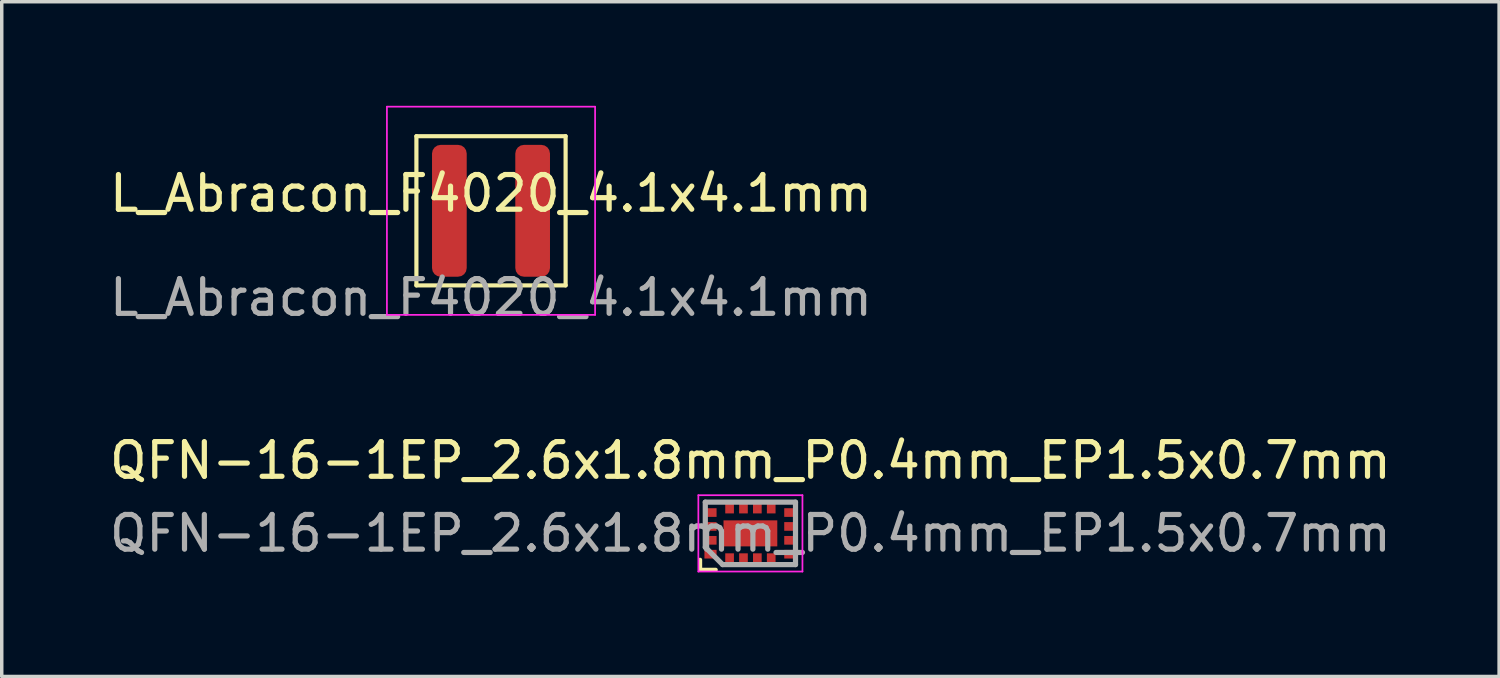
<source format=kicad_pcb>
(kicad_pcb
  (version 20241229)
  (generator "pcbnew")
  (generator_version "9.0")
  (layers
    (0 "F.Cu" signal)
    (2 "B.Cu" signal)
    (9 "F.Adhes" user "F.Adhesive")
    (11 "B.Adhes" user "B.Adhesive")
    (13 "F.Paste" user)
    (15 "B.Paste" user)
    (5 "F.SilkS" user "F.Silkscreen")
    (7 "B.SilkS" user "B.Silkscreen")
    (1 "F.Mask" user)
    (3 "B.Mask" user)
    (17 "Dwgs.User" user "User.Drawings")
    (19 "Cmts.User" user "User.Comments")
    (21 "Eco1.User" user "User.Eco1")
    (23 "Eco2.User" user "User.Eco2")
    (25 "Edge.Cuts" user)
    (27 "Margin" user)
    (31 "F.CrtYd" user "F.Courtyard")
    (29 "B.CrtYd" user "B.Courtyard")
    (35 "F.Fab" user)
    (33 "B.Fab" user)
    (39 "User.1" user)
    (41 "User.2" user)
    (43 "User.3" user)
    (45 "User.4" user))
  (footprint "QFN-16-1EP_2.6x1.8mm_P0.4mm_EP1.5x0.7mm"
    (layer "F.Cu")
    (at 18.577 12.322)
    (property "Reference" "QFN-16-1EP_2.6x1.8mm_P0.4mm_EP1.5x0.7mm" (at 0 -2.1 0) (layer "F.SilkS") (effects (font (size 1 1) (thickness 0.15))))
    (attr smd)
    (fp_line (start -1.45 1.05) (end -1.45 0.762) (stroke (width 0.12) (type solid)) (layer "F.SilkS"))
    (fp_line (start -1 1.05) (end -1.45 1.05) (stroke (width 0.12) (type solid)) (layer "F.SilkS"))
    (fp_line (start -1.5 -1.1) (end 1.5 -1.1) (stroke (width 0.05) (type solid)) (layer "F.CrtYd"))
    (fp_line (start -1.5 1.1) (end -1.5 -1.1) (stroke (width 0.05) (type solid)) (layer "F.CrtYd"))
    (fp_line (start 1.5 -1.1) (end 1.5 1.1) (stroke (width 0.05) (type solid)) (layer "F.CrtYd"))
    (fp_line (start 1.5 1.1) (end -1.5 1.1) (stroke (width 0.05) (type solid)) (layer "F.CrtYd"))
    (fp_line (start -1.3 -0.9) (end -1.3 0.4) (stroke (width 0.15) (type solid)) (layer "F.Fab"))
    (fp_line (start -1.3 0.4) (end -0.8 0.9) (stroke (width 0.15) (type solid)) (layer "F.Fab"))
    (fp_line (start -0.8 0.9) (end 1.3 0.9) (stroke (width 0.15) (type solid)) (layer "F.Fab"))
    (fp_line (start 1.3 -0.9) (end -1.3 -0.9) (stroke (width 0.15) (type solid)) (layer "F.Fab"))
    (fp_line (start 1.3 0.9) (end 1.3 -0.9) (stroke (width 0.15) (type solid)) (layer "F.Fab"))
    (fp_text user "${REFERENCE}" (at 0 0 0) (layer "F.Fab") (effects (font (size 1 1) (thickness 0.15))))
    (pad "1" smd rect (at -0.6 0.75) (size 0.25 0.35) (layers "F.Cu" "F.Mask" "F.Paste"))
    (pad "2" smd rect (at -0.2 0.75) (size 0.25 0.35) (layers "F.Cu" "F.Mask" "F.Paste"))
    (pad "3" smd rect (at 0.2 0.75) (size 0.25 0.35) (layers "F.Cu" "F.Mask" "F.Paste"))
    (pad "4" smd rect (at 0.6 0.75) (size 0.25 0.35) (layers "F.Cu" "F.Mask" "F.Paste"))
    (pad "5" smd rect (at 1.15 0.6 90) (size 0.25 0.35) (layers "F.Cu" "F.Mask" "F.Paste"))
    (pad "6" smd rect (at 1.15 0.2 90) (size 0.25 0.35) (layers "F.Cu" "F.Mask" "F.Paste"))
    (pad "7" smd rect (at 1.15 -0.2 90) (size 0.25 0.35) (layers "F.Cu" "F.Mask" "F.Paste"))
    (pad "8" smd rect (at 1.15 -0.6 90) (size 0.25 0.35) (layers "F.Cu" "F.Mask" "F.Paste"))
    (pad "9" smd rect (at 0.6 -0.75) (size 0.25 0.35) (layers "F.Cu" "F.Mask" "F.Paste"))
    (pad "10" smd rect (at 0.2 -0.75) (size 0.25 0.35) (layers "F.Cu" "F.Mask" "F.Paste"))
    (pad "11" smd rect (at -0.2 -0.75) (size 0.25 0.35) (layers "F.Cu" "F.Mask" "F.Paste"))
    (pad "12" smd rect (at -0.6 -0.75) (size 0.25 0.35) (layers "F.Cu" "F.Mask" "F.Paste"))
    (pad "13" smd rect (at -1.15 -0.6 90) (size 0.25 0.35) (layers "F.Cu" "F.Mask" "F.Paste"))
    (pad "14" smd rect (at -1.15 -0.2 90) (size 0.25 0.35) (layers "F.Cu" "F.Mask" "F.Paste"))
    (pad "15" smd rect (at -1.15 0.2 90) (size 0.25 0.35) (layers "F.Cu" "F.Mask" "F.Paste"))
    (pad "16" smd rect (at -1.15 0.6 90) (size 0.25 0.35) (layers "F.Cu" "F.Mask" "F.Paste"))
    (pad "17" smd rect (at 0 0) (size 1.55 0.75) (layers "F.Cu" "F.Mask" "F.Paste")))
  (footprint "L_Abracon_F4020_4.1x4.1mm"
    (layer "F.Cu")
    (at 11.101 3.025)
    (property "Reference" "L_Abracon_F4020_4.1x4.1mm" (at 0 -0.5 0) (unlocked yes) (layer "F.SilkS") (effects (font (size 1 1) (thickness 0.15))))
    (attr smd)
    (fp_line (start -2.15 -2.15) (end 2.15 -2.15) (stroke (width 0.12) (type solid)) (layer "F.SilkS"))
    (fp_line (start -2.15 2.15) (end -2.15 -2.15) (stroke (width 0.12) (type solid)) (layer "F.SilkS"))
    (fp_line (start 2.15 -2.15) (end 2.15 2.15) (stroke (width 0.12) (type solid)) (layer "F.SilkS"))
    (fp_line (start 2.15 2.15) (end -2.15 2.15) (stroke (width 0.12) (type solid)) (layer "F.SilkS"))
    (fp_line (start -3 -3) (end 3 -3) (stroke (width 0.05) (type solid)) (layer "F.CrtYd"))
    (fp_line (start -3 3) (end -3 -3) (stroke (width 0.05) (type solid)) (layer "F.CrtYd"))
    (fp_line (start 3 -3) (end 3 3) (stroke (width 0.05) (type solid)) (layer "F.CrtYd"))
    (fp_line (start 3 3) (end -3 3) (stroke (width 0.05) (type solid)) (layer "F.CrtYd"))
    (fp_text user "${REFERENCE}" (at 0 2.5 0) (unlocked yes) (layer "F.Fab") (effects (font (size 1 1) (thickness 0.15))))
    (pad "1" smd roundrect (at -1.2 0) (size 1 3.8) (layers "F.Cu" "F.Mask" "F.Paste") (roundrect_rratio 0.25))
    (pad "2" smd roundrect (at 1.2 0) (size 1 3.8) (layers "F.Cu" "F.Mask" "F.Paste") (roundrect_rratio 0.25)))
  (gr_rect
    (start -3 -3)
    (end 40.155 16.447)
    (stroke (width 0.1) (type default))
    (fill no)
    (layer "Edge.Cuts")))
</source>
